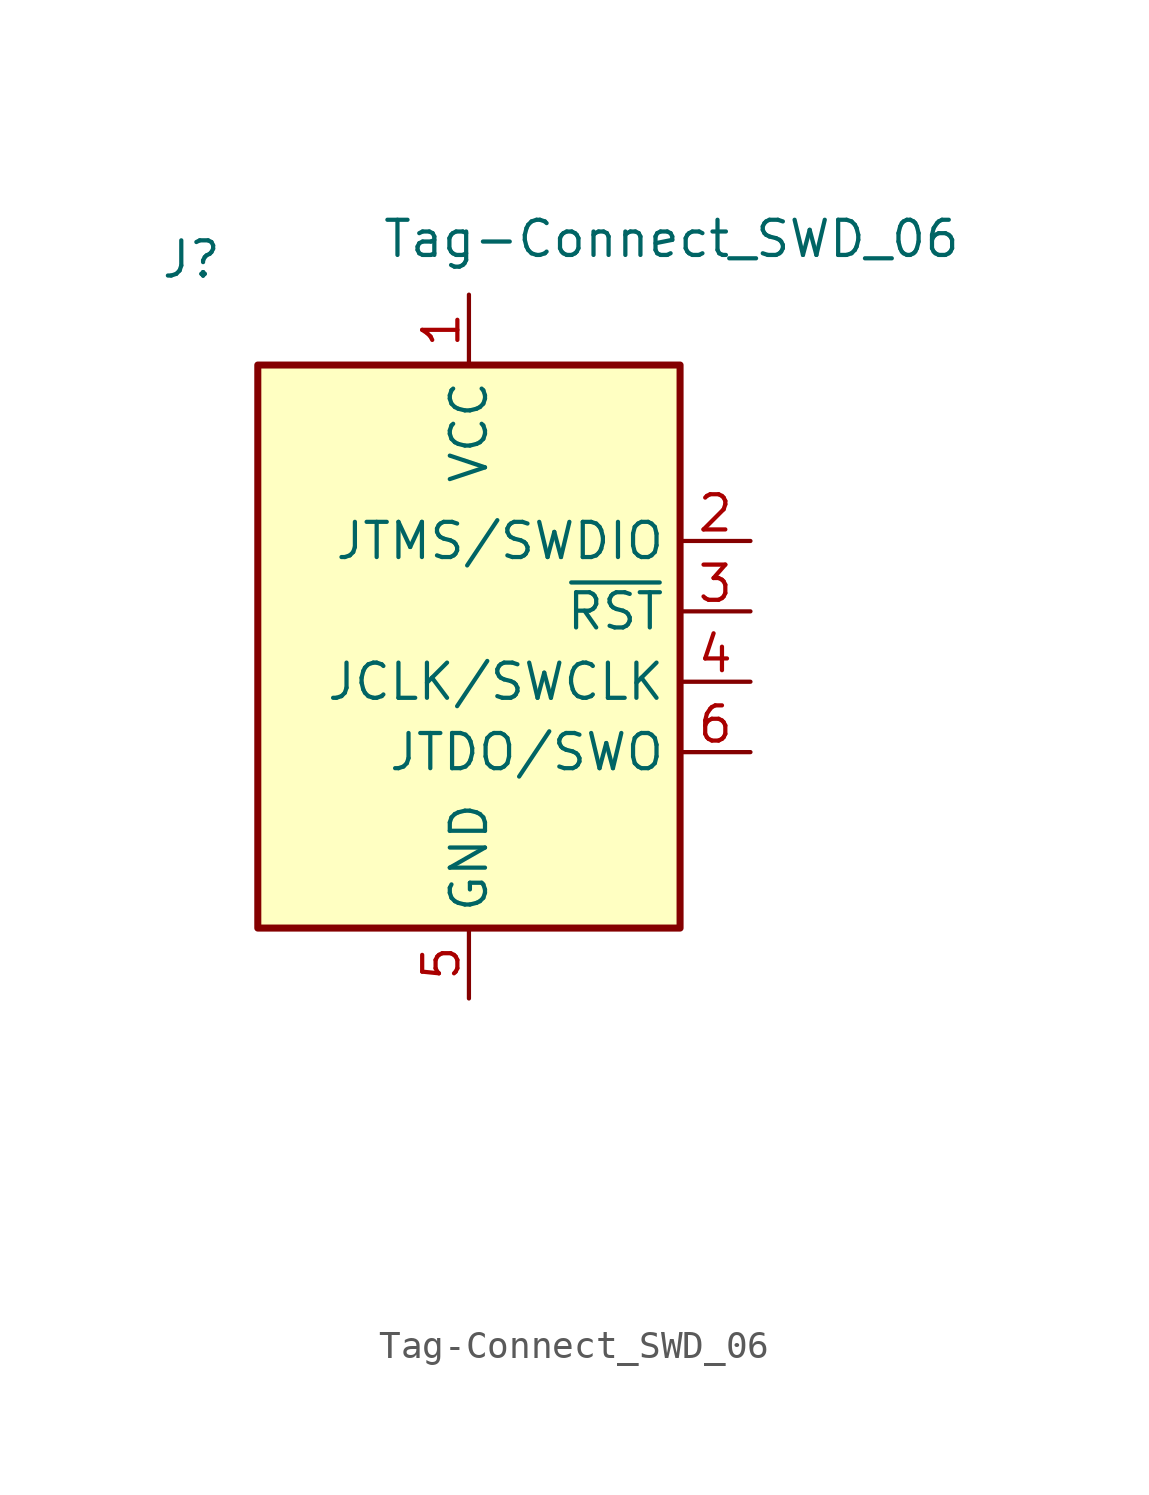
<source format=kicad_sym>
(kicad_symbol_lib
  (version 20211014)
  (generator kicad_symbol_editor)
  (symbol "Tag-Connect_SWD_06"
    (property "Reference" "J"
      (at -8.89 13.97 0)
      (effects (font (size 1.27 1.27)) (justify right)))
    (property "Value" "Tag-Connect_SWD_06"
      (at 17.78 13.97 0)
      (effects (font (size 1.27 1.27)) (justify right bottom)))
    (symbol "Tag-Connect_SWD_06_0_1"
      (rectangle (start -7.62 10.16) (end 7.62 -10.16) (stroke (width 0.254) (type default) (color 0 0 0 0)) (fill (type background))))
    (symbol "Tag-Connect_SWD_06_1_1"
      (pin no_connect line (at -10.16 2.54 0) (length 2.54) hide (name "NC" (effects (font (size 1.27 1.27)))) (number "1" (effects (font (size 1.27 1.27)))))
      (pin power_in line (at 0 12.7 270) (length 2.54) (name "VCC" (effects (font (size 1.27 1.27)))) (number "1" (effects (font (size 1.27 1.27)))))
      (pin bidirectional line (at 10.16 3.81 180) (length 2.54) (name "JTMS/SWDIO" (effects (font (size 1.27 1.27)))) (number "2" (effects (font (size 1.27 1.27)))))
      (pin no_connect line (at -10.16 0 0) (length 2.54) hide (name "NC" (effects (font (size 1.27 1.27)))) (number "2" (effects (font (size 1.27 1.27)))))
      (pin open_collector line (at 10.16 1.27 180) (length 2.54) (name "~{RST}" (effects (font (size 1.27 1.27)))) (number "3" (effects (font (size 1.27 1.27)))))
      (pin output line (at 10.16 -1.27 180) (length 2.54) (name "JCLK/SWCLK" (effects (font (size 1.27 1.27)))) (number "4" (effects (font (size 1.27 1.27)))))
      (pin power_in line (at 0 -12.7 90) (length 2.54) (name "GND" (effects (font (size 1.27 1.27)))) (number "5" (effects (font (size 1.27 1.27)))))
      (pin input line (at 10.16 -3.81 180) (length 2.54) (name "JTDO/SWO" (effects (font (size 1.27 1.27)))) (number "6" (effects (font (size 1.27 1.27)))))
      (pin passive line (at 0 -20.32 90) (length 2.54) hide (name "GND" (effects (font (size 1.27 1.27)))) (number "7" (effects (font (size 1.27 1.27))))))))
</source>
